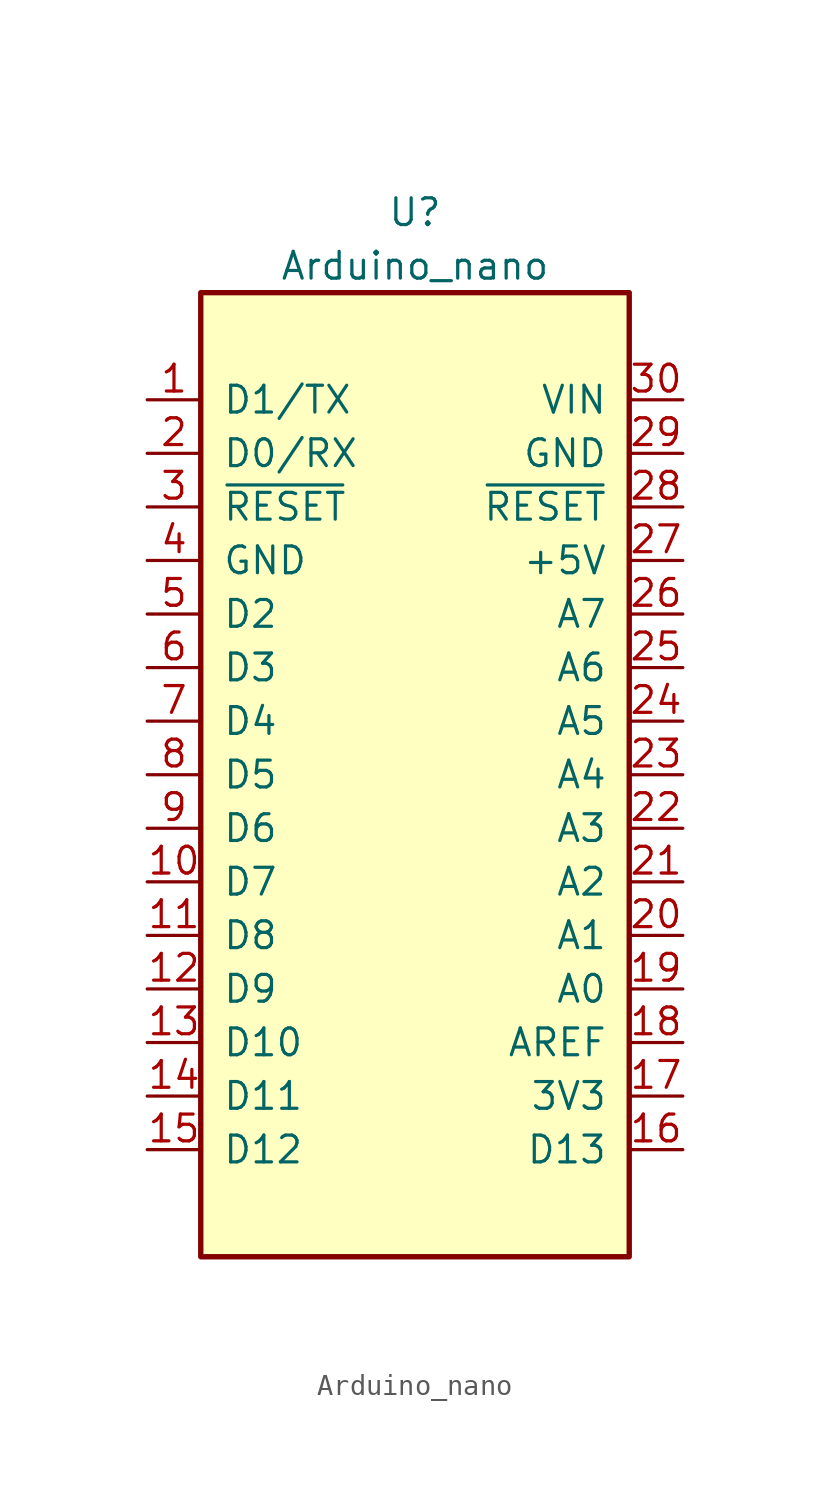
<source format=kicad_sym>
(kicad_symbol_lib
  (version 20211014)
  (generator kicad_symbol_editor)
  (symbol "Arduino_nano"
    (pin_names
      (offset 1.016))
    (property "Reference" "U"
      (at 0 26.67 0)
      (effects (font (size 1.27 1.27))))
    (property "Value" "Arduino_nano"
      (at 0 24.13 0)
      (effects (font (size 1.27 1.27))))
    (symbol "Arduino_nano_1_1"
      (rectangle (start -10.16 22.86) (end 10.16 -22.86) (stroke (width 0.254) (type default) (color 0 0 0 0)) (fill (type background)))
      (pin bidirectional line (at -12.7 17.78 0) (length 2.54) (name "D1/TX" (effects (font (size 1.27 1.27)))) (number "1" (effects (font (size 1.27 1.27)))))
      (pin bidirectional line (at -12.7 -5.08 0) (length 2.54) (name "D7" (effects (font (size 1.27 1.27)))) (number "10" (effects (font (size 1.27 1.27)))))
      (pin bidirectional line (at -12.7 -7.62 0) (length 2.54) (name "D8" (effects (font (size 1.27 1.27)))) (number "11" (effects (font (size 1.27 1.27)))))
      (pin bidirectional line (at -12.7 -10.16 0) (length 2.54) (name "D9" (effects (font (size 1.27 1.27)))) (number "12" (effects (font (size 1.27 1.27)))))
      (pin bidirectional line (at -12.7 -12.7 0) (length 2.54) (name "D10" (effects (font (size 1.27 1.27)))) (number "13" (effects (font (size 1.27 1.27)))))
      (pin bidirectional line (at -12.7 -15.24 0) (length 2.54) (name "D11" (effects (font (size 1.27 1.27)))) (number "14" (effects (font (size 1.27 1.27)))))
      (pin bidirectional line (at -12.7 -17.78 0) (length 2.54) (name "D12" (effects (font (size 1.27 1.27)))) (number "15" (effects (font (size 1.27 1.27)))))
      (pin bidirectional line (at 12.7 -17.78 180) (length 2.54) (name "D13" (effects (font (size 1.27 1.27)))) (number "16" (effects (font (size 1.27 1.27)))))
      (pin power_out line (at 12.7 -15.24 180) (length 2.54) (name "3V3" (effects (font (size 1.27 1.27)))) (number "17" (effects (font (size 1.27 1.27)))))
      (pin input line (at 12.7 -12.7 180) (length 2.54) (name "AREF" (effects (font (size 1.27 1.27)))) (number "18" (effects (font (size 1.27 1.27)))))
      (pin bidirectional line (at 12.7 -10.16 180) (length 2.54) (name "A0" (effects (font (size 1.27 1.27)))) (number "19" (effects (font (size 1.27 1.27)))))
      (pin bidirectional line (at -12.7 15.24 0) (length 2.54) (name "D0/RX" (effects (font (size 1.27 1.27)))) (number "2" (effects (font (size 1.27 1.27)))))
      (pin bidirectional line (at 12.7 -7.62 180) (length 2.54) (name "A1" (effects (font (size 1.27 1.27)))) (number "20" (effects (font (size 1.27 1.27)))))
      (pin bidirectional line (at 12.7 -5.08 180) (length 2.54) (name "A2" (effects (font (size 1.27 1.27)))) (number "21" (effects (font (size 1.27 1.27)))))
      (pin bidirectional line (at 12.7 -2.54 180) (length 2.54) (name "A3" (effects (font (size 1.27 1.27)))) (number "22" (effects (font (size 1.27 1.27)))))
      (pin bidirectional line (at 12.7 0 180) (length 2.54) (name "A4" (effects (font (size 1.27 1.27)))) (number "23" (effects (font (size 1.27 1.27)))))
      (pin bidirectional line (at 12.7 2.54 180) (length 2.54) (name "A5" (effects (font (size 1.27 1.27)))) (number "24" (effects (font (size 1.27 1.27)))))
      (pin bidirectional line (at 12.7 5.08 180) (length 2.54) (name "A6" (effects (font (size 1.27 1.27)))) (number "25" (effects (font (size 1.27 1.27)))))
      (pin bidirectional line (at 12.7 7.62 180) (length 2.54) (name "A7" (effects (font (size 1.27 1.27)))) (number "26" (effects (font (size 1.27 1.27)))))
      (pin power_out line (at 12.7 10.16 180) (length 2.54) (name "+5V" (effects (font (size 1.27 1.27)))) (number "27" (effects (font (size 1.27 1.27)))))
      (pin input line (at 12.7 12.7 180) (length 2.54) (name "~{RESET}" (effects (font (size 1.27 1.27)))) (number "28" (effects (font (size 1.27 1.27)))))
      (pin power_in line (at 12.7 15.24 180) (length 2.54) (name "GND" (effects (font (size 1.27 1.27)))) (number "29" (effects (font (size 1.27 1.27)))))
      (pin input line (at -12.7 12.7 0) (length 2.54) (name "~{RESET}" (effects (font (size 1.27 1.27)))) (number "3" (effects (font (size 1.27 1.27)))))
      (pin power_in line (at 12.7 17.78 180) (length 2.54) (name "VIN" (effects (font (size 1.27 1.27)))) (number "30" (effects (font (size 1.27 1.27)))))
      (pin power_in line (at -12.7 10.16 0) (length 2.54) (name "GND" (effects (font (size 1.27 1.27)))) (number "4" (effects (font (size 1.27 1.27)))))
      (pin bidirectional line (at -12.7 7.62 0) (length 2.54) (name "D2" (effects (font (size 1.27 1.27)))) (number "5" (effects (font (size 1.27 1.27)))))
      (pin bidirectional line (at -12.7 5.08 0) (length 2.54) (name "D3" (effects (font (size 1.27 1.27)))) (number "6" (effects (font (size 1.27 1.27)))))
      (pin bidirectional line (at -12.7 2.54 0) (length 2.54) (name "D4" (effects (font (size 1.27 1.27)))) (number "7" (effects (font (size 1.27 1.27)))))
      (pin bidirectional line (at -12.7 0 0) (length 2.54) (name "D5" (effects (font (size 1.27 1.27)))) (number "8" (effects (font (size 1.27 1.27)))))
      (pin bidirectional line (at -12.7 -2.54 0) (length 2.54) (name "D6" (effects (font (size 1.27 1.27)))) (number "9" (effects (font (size 1.27 1.27))))))))
</source>
